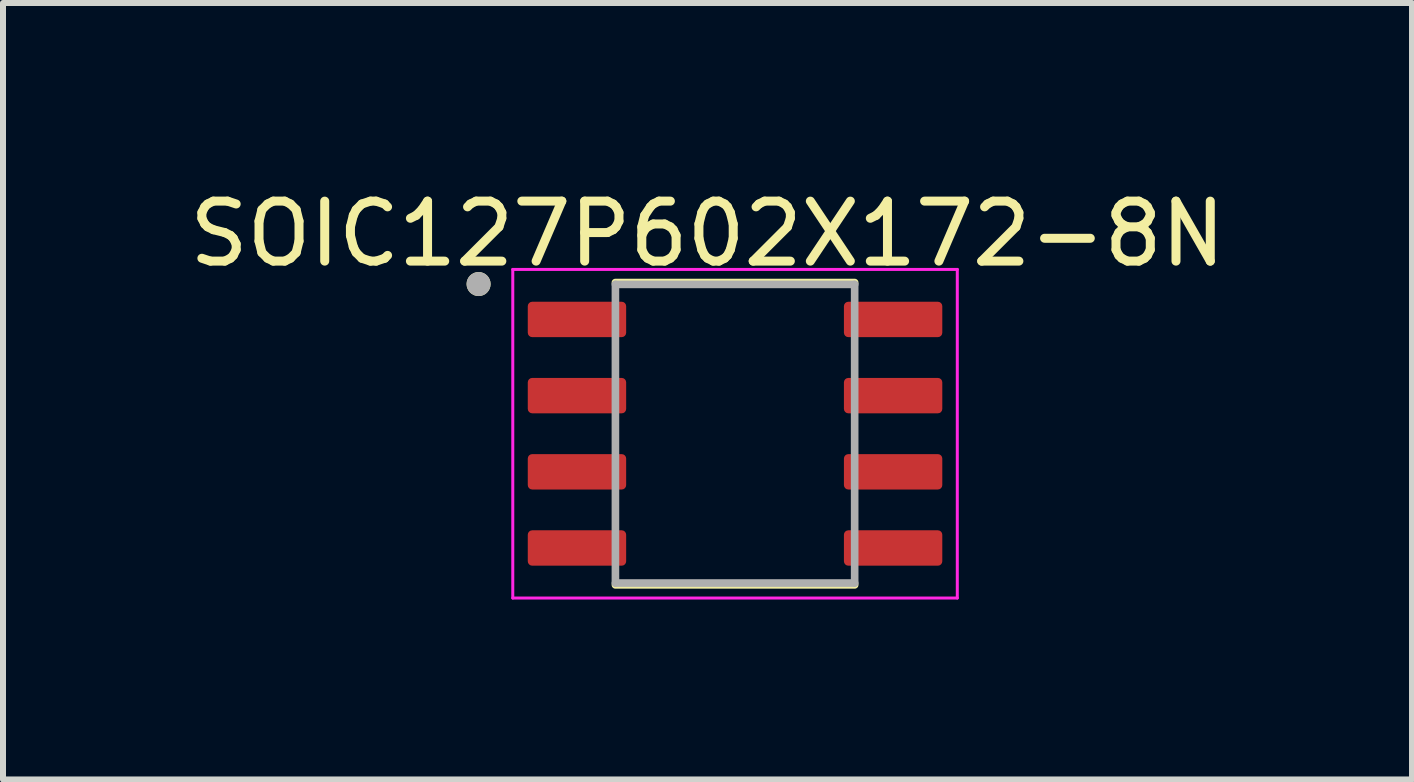
<source format=kicad_pcb>
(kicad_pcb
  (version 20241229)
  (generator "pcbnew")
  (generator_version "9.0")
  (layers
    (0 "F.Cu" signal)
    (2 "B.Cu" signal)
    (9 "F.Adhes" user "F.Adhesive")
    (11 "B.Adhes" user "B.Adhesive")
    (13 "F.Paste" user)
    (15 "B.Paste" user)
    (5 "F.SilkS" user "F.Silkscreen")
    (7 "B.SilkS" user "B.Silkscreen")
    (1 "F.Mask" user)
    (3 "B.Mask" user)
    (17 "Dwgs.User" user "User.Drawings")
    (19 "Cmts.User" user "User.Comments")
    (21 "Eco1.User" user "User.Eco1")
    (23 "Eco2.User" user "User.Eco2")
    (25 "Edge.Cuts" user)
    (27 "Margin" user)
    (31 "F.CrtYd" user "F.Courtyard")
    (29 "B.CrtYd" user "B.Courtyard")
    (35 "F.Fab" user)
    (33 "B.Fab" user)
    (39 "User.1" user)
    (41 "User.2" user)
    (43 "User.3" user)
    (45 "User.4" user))
  (footprint "SOIC127P602X172-8N"
    (layer "F.Cu")
    (at 9.203 4.18)
    (property "Reference" "SOIC127P602X172-8N" (at -0.459 -3.332 0) (layer "F.SilkS") (effects (font (size 1 1) (thickness 0.15))))
    (attr smd)
    (fp_line (start -1.994 -2.52) (end 1.994 -2.52) (stroke (width 0.127) (type solid)) (layer "F.SilkS"))
    (fp_line (start -1.994 2.52) (end 1.994 2.52) (stroke (width 0.127) (type solid)) (layer "F.SilkS"))
    (fp_circle (center -4.275 -2.495) (end -4.175 -2.495) (stroke (width 0.2) (type solid)) (fill no) (layer "F.SilkS"))
    (fp_line (start -3.705 -2.739) (end -3.705 2.739) (stroke (width 0.05) (type solid)) (layer "F.CrtYd"))
    (fp_line (start -3.705 -2.739) (end 3.705 -2.739) (stroke (width 0.05) (type solid)) (layer "F.CrtYd"))
    (fp_line (start -3.705 2.739) (end 3.705 2.739) (stroke (width 0.05) (type solid)) (layer "F.CrtYd"))
    (fp_line (start 3.705 -2.739) (end 3.705 2.739) (stroke (width 0.05) (type solid)) (layer "F.CrtYd"))
    (fp_line (start -1.994 -2.489) (end -1.994 2.489) (stroke (width 0.127) (type solid)) (layer "F.Fab"))
    (fp_line (start -1.994 -2.489) (end 1.994 -2.489) (stroke (width 0.127) (type solid)) (layer "F.Fab"))
    (fp_line (start -1.994 2.489) (end 1.994 2.489) (stroke (width 0.127) (type solid)) (layer "F.Fab"))
    (fp_line (start 1.994 -2.489) (end 1.994 2.489) (stroke (width 0.127) (type solid)) (layer "F.Fab"))
    (fp_circle (center -4.275 -2.495) (end -4.175 -2.495) (stroke (width 0.2) (type solid)) (fill no) (layer "F.Fab"))
    (pad "1" smd roundrect (at -2.635 -1.905) (size 1.64 0.59) (layers "F.Cu" "F.Mask" "F.Paste") (roundrect_rratio 0.125))
    (pad "2" smd roundrect (at -2.635 -0.635) (size 1.64 0.59) (layers "F.Cu" "F.Mask" "F.Paste") (roundrect_rratio 0.125))
    (pad "3" smd roundrect (at -2.635 0.635) (size 1.64 0.59) (layers "F.Cu" "F.Mask" "F.Paste") (roundrect_rratio 0.125))
    (pad "4" smd roundrect (at -2.635 1.905) (size 1.64 0.59) (layers "F.Cu" "F.Mask" "F.Paste") (roundrect_rratio 0.125))
    (pad "5" smd roundrect (at 2.635 1.905) (size 1.64 0.59) (layers "F.Cu" "F.Mask" "F.Paste") (roundrect_rratio 0.125))
    (pad "6" smd roundrect (at 2.635 0.635) (size 1.64 0.59) (layers "F.Cu" "F.Mask" "F.Paste") (roundrect_rratio 0.125))
    (pad "7" smd roundrect (at 2.635 -0.635) (size 1.64 0.59) (layers "F.Cu" "F.Mask" "F.Paste") (roundrect_rratio 0.125))
    (pad "8" smd roundrect (at 2.635 -1.905) (size 1.64 0.59) (layers "F.Cu" "F.Mask" "F.Paste") (roundrect_rratio 0.125)))
  (gr_rect
    (start -3 -3)
    (end 20.488 9.944)
    (stroke (width 0.1) (type default))
    (fill no)
    (layer "Edge.Cuts")))
</source>
